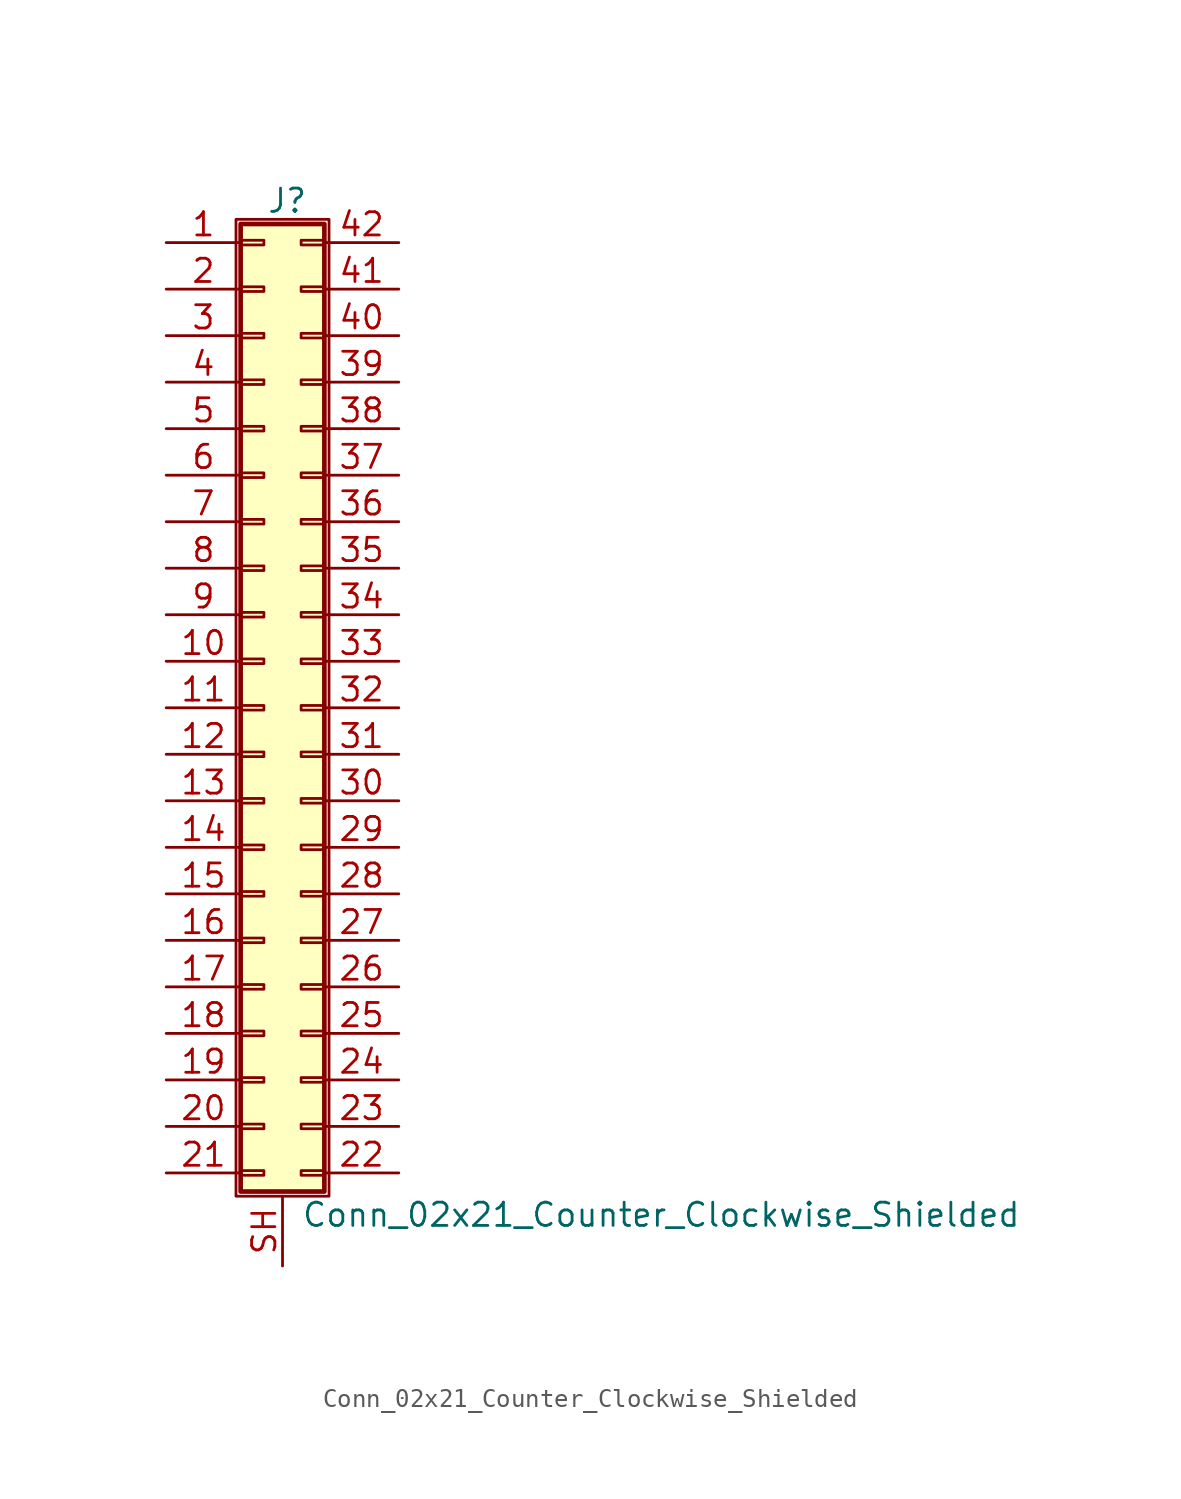
<source format=kicad_sym>
(kicad_symbol_lib
  (version 20220914)
  (generator kicad_symbol_editor)
  (symbol "Conn_02x21_Counter_Clockwise_Shielded"
    (pin_names
      (offset 1.016) hide)
    (property "Reference" "J"
      (at 1.524 27.686 0)
      (effects (font (size 1.27 1.27))))
    (property "Value" "Conn_02x21_Counter_Clockwise_Shielded"
      (at 2.286 -27.686 0)
      (effects (font (size 1.27 1.27)) (justify left)))
    (symbol "Conn_02x21_Counter_Clockwise_Shielded_1_1"
      (rectangle (start -1.27 26.67) (end 3.81 -26.67) (stroke (width 0.152) (type default)) (fill (type none)))
      (rectangle (start -1.016 -25.273) (end 0.254 -25.527) (stroke (width 0.152) (type default)) (fill (type none)))
      (rectangle (start -1.016 -22.733) (end 0.254 -22.987) (stroke (width 0.152) (type default)) (fill (type none)))
      (rectangle (start -1.016 -20.193) (end 0.254 -20.447) (stroke (width 0.152) (type default)) (fill (type none)))
      (rectangle (start -1.016 -17.653) (end 0.254 -17.907) (stroke (width 0.152) (type default)) (fill (type none)))
      (rectangle (start -1.016 -15.113) (end 0.254 -15.367) (stroke (width 0.152) (type default)) (fill (type none)))
      (rectangle (start -1.016 -12.573) (end 0.254 -12.827) (stroke (width 0.152) (type default)) (fill (type none)))
      (rectangle (start -1.016 -10.033) (end 0.254 -10.287) (stroke (width 0.152) (type default)) (fill (type none)))
      (rectangle (start -1.016 -7.493) (end 0.254 -7.747) (stroke (width 0.152) (type default)) (fill (type none)))
      (rectangle (start -1.016 -4.953) (end 0.254 -5.207) (stroke (width 0.152) (type default)) (fill (type none)))
      (rectangle (start -1.016 -2.413) (end 0.254 -2.667) (stroke (width 0.152) (type default)) (fill (type none)))
      (rectangle (start -1.016 0.127) (end 0.254 -0.127) (stroke (width 0.152) (type default)) (fill (type none)))
      (rectangle (start -1.016 2.667) (end 0.254 2.413) (stroke (width 0.152) (type default)) (fill (type none)))
      (rectangle (start -1.016 5.207) (end 0.254 4.953) (stroke (width 0.152) (type default)) (fill (type none)))
      (rectangle (start -1.016 7.747) (end 0.254 7.493) (stroke (width 0.152) (type default)) (fill (type none)))
      (rectangle (start -1.016 10.287) (end 0.254 10.033) (stroke (width 0.152) (type default)) (fill (type none)))
      (rectangle (start -1.016 12.827) (end 0.254 12.573) (stroke (width 0.152) (type default)) (fill (type none)))
      (rectangle (start -1.016 15.367) (end 0.254 15.113) (stroke (width 0.152) (type default)) (fill (type none)))
      (rectangle (start -1.016 17.907) (end 0.254 17.653) (stroke (width 0.152) (type default)) (fill (type none)))
      (rectangle (start -1.016 20.447) (end 0.254 20.193) (stroke (width 0.152) (type default)) (fill (type none)))
      (rectangle (start -1.016 22.987) (end 0.254 22.733) (stroke (width 0.152) (type default)) (fill (type none)))
      (rectangle (start -1.016 25.527) (end 0.254 25.273) (stroke (width 0.152) (type default)) (fill (type none)))
      (rectangle (start -1.016 26.416) (end 3.556 -26.416) (stroke (width 0.254) (type default)) (fill (type background)))
      (rectangle (start 3.556 -25.273) (end 2.286 -25.527) (stroke (width 0.152) (type default)) (fill (type none)))
      (rectangle (start 3.556 -22.733) (end 2.286 -22.987) (stroke (width 0.152) (type default)) (fill (type none)))
      (rectangle (start 3.556 -20.193) (end 2.286 -20.447) (stroke (width 0.152) (type default)) (fill (type none)))
      (rectangle (start 3.556 -17.653) (end 2.286 -17.907) (stroke (width 0.152) (type default)) (fill (type none)))
      (rectangle (start 3.556 -15.113) (end 2.286 -15.367) (stroke (width 0.152) (type default)) (fill (type none)))
      (rectangle (start 3.556 -12.573) (end 2.286 -12.827) (stroke (width 0.152) (type default)) (fill (type none)))
      (rectangle (start 3.556 -10.033) (end 2.286 -10.287) (stroke (width 0.152) (type default)) (fill (type none)))
      (rectangle (start 3.556 -7.493) (end 2.286 -7.747) (stroke (width 0.152) (type default)) (fill (type none)))
      (rectangle (start 3.556 -4.953) (end 2.286 -5.207) (stroke (width 0.152) (type default)) (fill (type none)))
      (rectangle (start 3.556 -2.413) (end 2.286 -2.667) (stroke (width 0.152) (type default)) (fill (type none)))
      (rectangle (start 3.556 0.127) (end 2.286 -0.127) (stroke (width 0.152) (type default)) (fill (type none)))
      (rectangle (start 3.556 2.667) (end 2.286 2.413) (stroke (width 0.152) (type default)) (fill (type none)))
      (rectangle (start 3.556 5.207) (end 2.286 4.953) (stroke (width 0.152) (type default)) (fill (type none)))
      (rectangle (start 3.556 7.747) (end 2.286 7.493) (stroke (width 0.152) (type default)) (fill (type none)))
      (rectangle (start 3.556 10.287) (end 2.286 10.033) (stroke (width 0.152) (type default)) (fill (type none)))
      (rectangle (start 3.556 12.827) (end 2.286 12.573) (stroke (width 0.152) (type default)) (fill (type none)))
      (rectangle (start 3.556 15.367) (end 2.286 15.113) (stroke (width 0.152) (type default)) (fill (type none)))
      (rectangle (start 3.556 17.907) (end 2.286 17.653) (stroke (width 0.152) (type default)) (fill (type none)))
      (rectangle (start 3.556 20.447) (end 2.286 20.193) (stroke (width 0.152) (type default)) (fill (type none)))
      (rectangle (start 3.556 22.987) (end 2.286 22.733) (stroke (width 0.152) (type default)) (fill (type none)))
      (rectangle (start 3.556 25.527) (end 2.286 25.273) (stroke (width 0.152) (type default)) (fill (type none)))
      (pin passive line (at -5.08 25.4 0) (length 4.064) (name "Pin_1" (effects (font (size 1.27 1.27)))) (number "1" (effects (font (size 1.27 1.27)))))
      (pin passive line (at -5.08 2.54 0) (length 4.064) (name "Pin_10" (effects (font (size 1.27 1.27)))) (number "10" (effects (font (size 1.27 1.27)))))
      (pin passive line (at -5.08 0 0) (length 4.064) (name "Pin_11" (effects (font (size 1.27 1.27)))) (number "11" (effects (font (size 1.27 1.27)))))
      (pin passive line (at -5.08 -2.54 0) (length 4.064) (name "Pin_12" (effects (font (size 1.27 1.27)))) (number "12" (effects (font (size 1.27 1.27)))))
      (pin passive line (at -5.08 -5.08 0) (length 4.064) (name "Pin_13" (effects (font (size 1.27 1.27)))) (number "13" (effects (font (size 1.27 1.27)))))
      (pin passive line (at -5.08 -7.62 0) (length 4.064) (name "Pin_14" (effects (font (size 1.27 1.27)))) (number "14" (effects (font (size 1.27 1.27)))))
      (pin passive line (at -5.08 -10.16 0) (length 4.064) (name "Pin_15" (effects (font (size 1.27 1.27)))) (number "15" (effects (font (size 1.27 1.27)))))
      (pin passive line (at -5.08 -12.7 0) (length 4.064) (name "Pin_16" (effects (font (size 1.27 1.27)))) (number "16" (effects (font (size 1.27 1.27)))))
      (pin passive line (at -5.08 -15.24 0) (length 4.064) (name "Pin_17" (effects (font (size 1.27 1.27)))) (number "17" (effects (font (size 1.27 1.27)))))
      (pin passive line (at -5.08 -17.78 0) (length 4.064) (name "Pin_18" (effects (font (size 1.27 1.27)))) (number "18" (effects (font (size 1.27 1.27)))))
      (pin passive line (at -5.08 -20.32 0) (length 4.064) (name "Pin_19" (effects (font (size 1.27 1.27)))) (number "19" (effects (font (size 1.27 1.27)))))
      (pin passive line (at -5.08 22.86 0) (length 4.064) (name "Pin_2" (effects (font (size 1.27 1.27)))) (number "2" (effects (font (size 1.27 1.27)))))
      (pin passive line (at -5.08 -22.86 0) (length 4.064) (name "Pin_20" (effects (font (size 1.27 1.27)))) (number "20" (effects (font (size 1.27 1.27)))))
      (pin passive line (at -5.08 -25.4 0) (length 4.064) (name "Pin_21" (effects (font (size 1.27 1.27)))) (number "21" (effects (font (size 1.27 1.27)))))
      (pin passive line (at 7.62 -25.4 180) (length 4.064) (name "Pin_22" (effects (font (size 1.27 1.27)))) (number "22" (effects (font (size 1.27 1.27)))))
      (pin passive line (at 7.62 -22.86 180) (length 4.064) (name "Pin_23" (effects (font (size 1.27 1.27)))) (number "23" (effects (font (size 1.27 1.27)))))
      (pin passive line (at 7.62 -20.32 180) (length 4.064) (name "Pin_24" (effects (font (size 1.27 1.27)))) (number "24" (effects (font (size 1.27 1.27)))))
      (pin passive line (at 7.62 -17.78 180) (length 4.064) (name "Pin_25" (effects (font (size 1.27 1.27)))) (number "25" (effects (font (size 1.27 1.27)))))
      (pin passive line (at 7.62 -15.24 180) (length 4.064) (name "Pin_26" (effects (font (size 1.27 1.27)))) (number "26" (effects (font (size 1.27 1.27)))))
      (pin passive line (at 7.62 -12.7 180) (length 4.064) (name "Pin_27" (effects (font (size 1.27 1.27)))) (number "27" (effects (font (size 1.27 1.27)))))
      (pin passive line (at 7.62 -10.16 180) (length 4.064) (name "Pin_28" (effects (font (size 1.27 1.27)))) (number "28" (effects (font (size 1.27 1.27)))))
      (pin passive line (at 7.62 -7.62 180) (length 4.064) (name "Pin_29" (effects (font (size 1.27 1.27)))) (number "29" (effects (font (size 1.27 1.27)))))
      (pin passive line (at -5.08 20.32 0) (length 4.064) (name "Pin_3" (effects (font (size 1.27 1.27)))) (number "3" (effects (font (size 1.27 1.27)))))
      (pin passive line (at 7.62 -5.08 180) (length 4.064) (name "Pin_30" (effects (font (size 1.27 1.27)))) (number "30" (effects (font (size 1.27 1.27)))))
      (pin passive line (at 7.62 -2.54 180) (length 4.064) (name "Pin_31" (effects (font (size 1.27 1.27)))) (number "31" (effects (font (size 1.27 1.27)))))
      (pin passive line (at 7.62 0 180) (length 4.064) (name "Pin_32" (effects (font (size 1.27 1.27)))) (number "32" (effects (font (size 1.27 1.27)))))
      (pin passive line (at 7.62 2.54 180) (length 4.064) (name "Pin_33" (effects (font (size 1.27 1.27)))) (number "33" (effects (font (size 1.27 1.27)))))
      (pin passive line (at 7.62 5.08 180) (length 4.064) (name "Pin_34" (effects (font (size 1.27 1.27)))) (number "34" (effects (font (size 1.27 1.27)))))
      (pin passive line (at 7.62 7.62 180) (length 4.064) (name "Pin_35" (effects (font (size 1.27 1.27)))) (number "35" (effects (font (size 1.27 1.27)))))
      (pin passive line (at 7.62 10.16 180) (length 4.064) (name "Pin_36" (effects (font (size 1.27 1.27)))) (number "36" (effects (font (size 1.27 1.27)))))
      (pin passive line (at 7.62 12.7 180) (length 4.064) (name "Pin_37" (effects (font (size 1.27 1.27)))) (number "37" (effects (font (size 1.27 1.27)))))
      (pin passive line (at 7.62 15.24 180) (length 4.064) (name "Pin_38" (effects (font (size 1.27 1.27)))) (number "38" (effects (font (size 1.27 1.27)))))
      (pin passive line (at 7.62 17.78 180) (length 4.064) (name "Pin_39" (effects (font (size 1.27 1.27)))) (number "39" (effects (font (size 1.27 1.27)))))
      (pin passive line (at -5.08 17.78 0) (length 4.064) (name "Pin_4" (effects (font (size 1.27 1.27)))) (number "4" (effects (font (size 1.27 1.27)))))
      (pin passive line (at 7.62 20.32 180) (length 4.064) (name "Pin_40" (effects (font (size 1.27 1.27)))) (number "40" (effects (font (size 1.27 1.27)))))
      (pin passive line (at 7.62 22.86 180) (length 4.064) (name "Pin_41" (effects (font (size 1.27 1.27)))) (number "41" (effects (font (size 1.27 1.27)))))
      (pin passive line (at 7.62 25.4 180) (length 4.064) (name "Pin_42" (effects (font (size 1.27 1.27)))) (number "42" (effects (font (size 1.27 1.27)))))
      (pin passive line (at -5.08 15.24 0) (length 4.064) (name "Pin_5" (effects (font (size 1.27 1.27)))) (number "5" (effects (font (size 1.27 1.27)))))
      (pin passive line (at -5.08 12.7 0) (length 4.064) (name "Pin_6" (effects (font (size 1.27 1.27)))) (number "6" (effects (font (size 1.27 1.27)))))
      (pin passive line (at -5.08 10.16 0) (length 4.064) (name "Pin_7" (effects (font (size 1.27 1.27)))) (number "7" (effects (font (size 1.27 1.27)))))
      (pin passive line (at -5.08 7.62 0) (length 4.064) (name "Pin_8" (effects (font (size 1.27 1.27)))) (number "8" (effects (font (size 1.27 1.27)))))
      (pin passive line (at -5.08 5.08 0) (length 4.064) (name "Pin_9" (effects (font (size 1.27 1.27)))) (number "9" (effects (font (size 1.27 1.27)))))
      (pin passive line (at 1.27 -30.48 90) (length 3.81) (name "Shield" (effects (font (size 1.27 1.27)))) (number "SH" (effects (font (size 1.27 1.27))))))))
</source>
